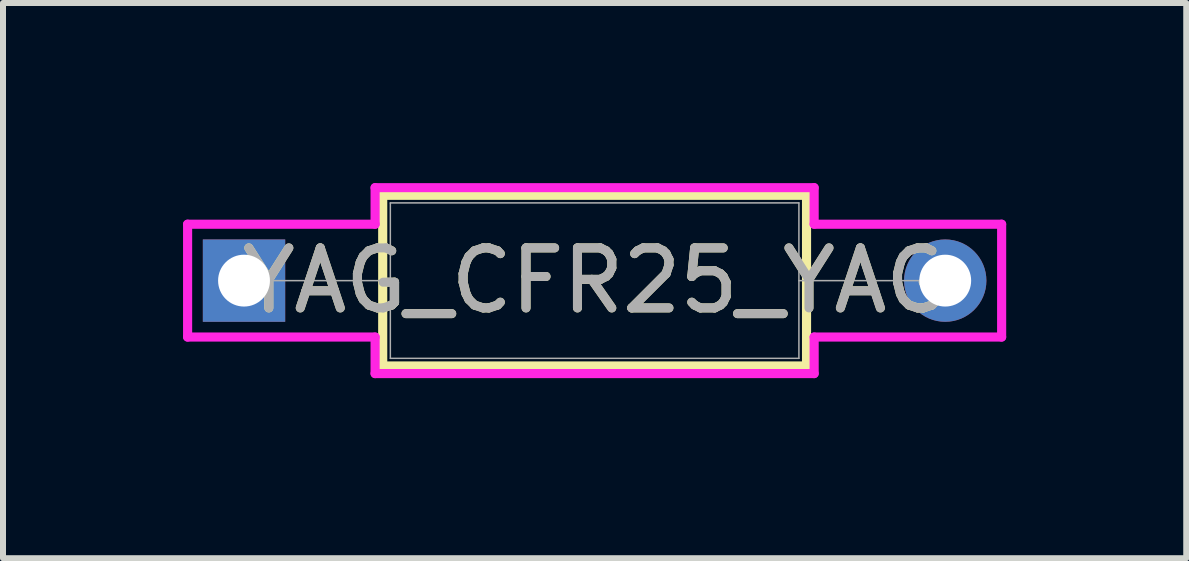
<source format=kicad_pcb>
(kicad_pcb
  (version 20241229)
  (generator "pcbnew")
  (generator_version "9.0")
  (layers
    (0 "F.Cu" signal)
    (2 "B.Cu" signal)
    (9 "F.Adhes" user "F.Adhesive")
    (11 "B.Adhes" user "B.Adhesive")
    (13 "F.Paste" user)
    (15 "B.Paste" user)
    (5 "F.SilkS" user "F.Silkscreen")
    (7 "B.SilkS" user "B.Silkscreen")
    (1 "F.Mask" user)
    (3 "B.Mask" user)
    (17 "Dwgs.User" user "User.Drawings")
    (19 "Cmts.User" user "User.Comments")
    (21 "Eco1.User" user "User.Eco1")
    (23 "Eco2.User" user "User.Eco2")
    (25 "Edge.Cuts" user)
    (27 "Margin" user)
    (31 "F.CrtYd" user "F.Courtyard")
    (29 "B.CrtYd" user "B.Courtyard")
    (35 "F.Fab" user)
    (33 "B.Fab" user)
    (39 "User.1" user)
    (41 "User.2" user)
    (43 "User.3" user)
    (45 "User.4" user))
  (footprint "YAG_CFR25_YAG"
    (layer "F.Cu")
    (at 1.016 1.626)
    (property "Reference" "YAG_CFR25_YAG" (at 5.842 0 0) (unlocked yes) (layer "F.SilkS") (effects (font (size 1 1) (thickness 0.15))))
    (attr through_hole)
    (fp_line (start 2.311 -1.422) (end 2.311 1.422) (stroke (width 0.152) (type solid)) (layer "F.SilkS"))
    (fp_line (start 2.311 1.422) (end 9.373 1.422) (stroke (width 0.152) (type solid)) (layer "F.SilkS"))
    (fp_line (start 9.373 -1.422) (end 2.311 -1.422) (stroke (width 0.152) (type solid)) (layer "F.SilkS"))
    (fp_line (start 9.373 1.422) (end 9.373 -1.422) (stroke (width 0.152) (type solid)) (layer "F.SilkS"))
    (fp_line (start -0.94 -0.94) (end 2.184 -0.94) (stroke (width 0.152) (type solid)) (layer "F.CrtYd"))
    (fp_line (start -0.94 0.94) (end -0.94 -0.94) (stroke (width 0.152) (type solid)) (layer "F.CrtYd"))
    (fp_line (start 2.184 -1.549) (end 9.5 -1.549) (stroke (width 0.152) (type solid)) (layer "F.CrtYd"))
    (fp_line (start 2.184 -0.94) (end 2.184 -1.549) (stroke (width 0.152) (type solid)) (layer "F.CrtYd"))
    (fp_line (start 2.184 0.94) (end -0.94 0.94) (stroke (width 0.152) (type solid)) (layer "F.CrtYd"))
    (fp_line (start 2.184 1.549) (end 2.184 0.94) (stroke (width 0.152) (type solid)) (layer "F.CrtYd"))
    (fp_line (start 9.5 -1.549) (end 9.5 -0.94) (stroke (width 0.152) (type solid)) (layer "F.CrtYd"))
    (fp_line (start 9.5 -0.94) (end 12.624 -0.94) (stroke (width 0.152) (type solid)) (layer "F.CrtYd"))
    (fp_line (start 9.5 0.94) (end 9.5 1.549) (stroke (width 0.152) (type solid)) (layer "F.CrtYd"))
    (fp_line (start 9.5 1.549) (end 2.184 1.549) (stroke (width 0.152) (type solid)) (layer "F.CrtYd"))
    (fp_line (start 12.624 -0.94) (end 12.624 0.94) (stroke (width 0.152) (type solid)) (layer "F.CrtYd"))
    (fp_line (start 12.624 0.94) (end 9.5 0.94) (stroke (width 0.152) (type solid)) (layer "F.CrtYd"))
    (fp_line (start 0 0) (end 2.438 0) (stroke (width 0.025) (type solid)) (layer "F.Fab"))
    (fp_line (start 2.438 -1.295) (end 2.438 1.295) (stroke (width 0.025) (type solid)) (layer "F.Fab"))
    (fp_line (start 2.438 1.295) (end 9.246 1.295) (stroke (width 0.025) (type solid)) (layer "F.Fab"))
    (fp_line (start 9.246 -1.295) (end 2.438 -1.295) (stroke (width 0.025) (type solid)) (layer "F.Fab"))
    (fp_line (start 9.246 1.295) (end 9.246 -1.295) (stroke (width 0.025) (type solid)) (layer "F.Fab"))
    (fp_line (start 11.684 0) (end 9.246 0) (stroke (width 0.025) (type solid)) (layer "F.Fab"))
    (fp_text user "${REFERENCE}" (at 5.842 0 0) (unlocked yes) (layer "F.Fab") (effects (font (size 1 1) (thickness 0.15))))
    (pad "1" thru_hole rect (at 0 0) (size 1.372 1.372) (drill 0.864) (layers "*.Cu" "*.Mask"))
    (pad "2" thru_hole circle (at 11.684 0) (size 1.372 1.372) (drill 0.864) (layers "*.Cu" "*.Mask")))
  (gr_rect
    (start -3 -3)
    (end 16.716 6.251)
    (stroke (width 0.1) (type default))
    (fill no)
    (layer "Edge.Cuts")))
</source>
